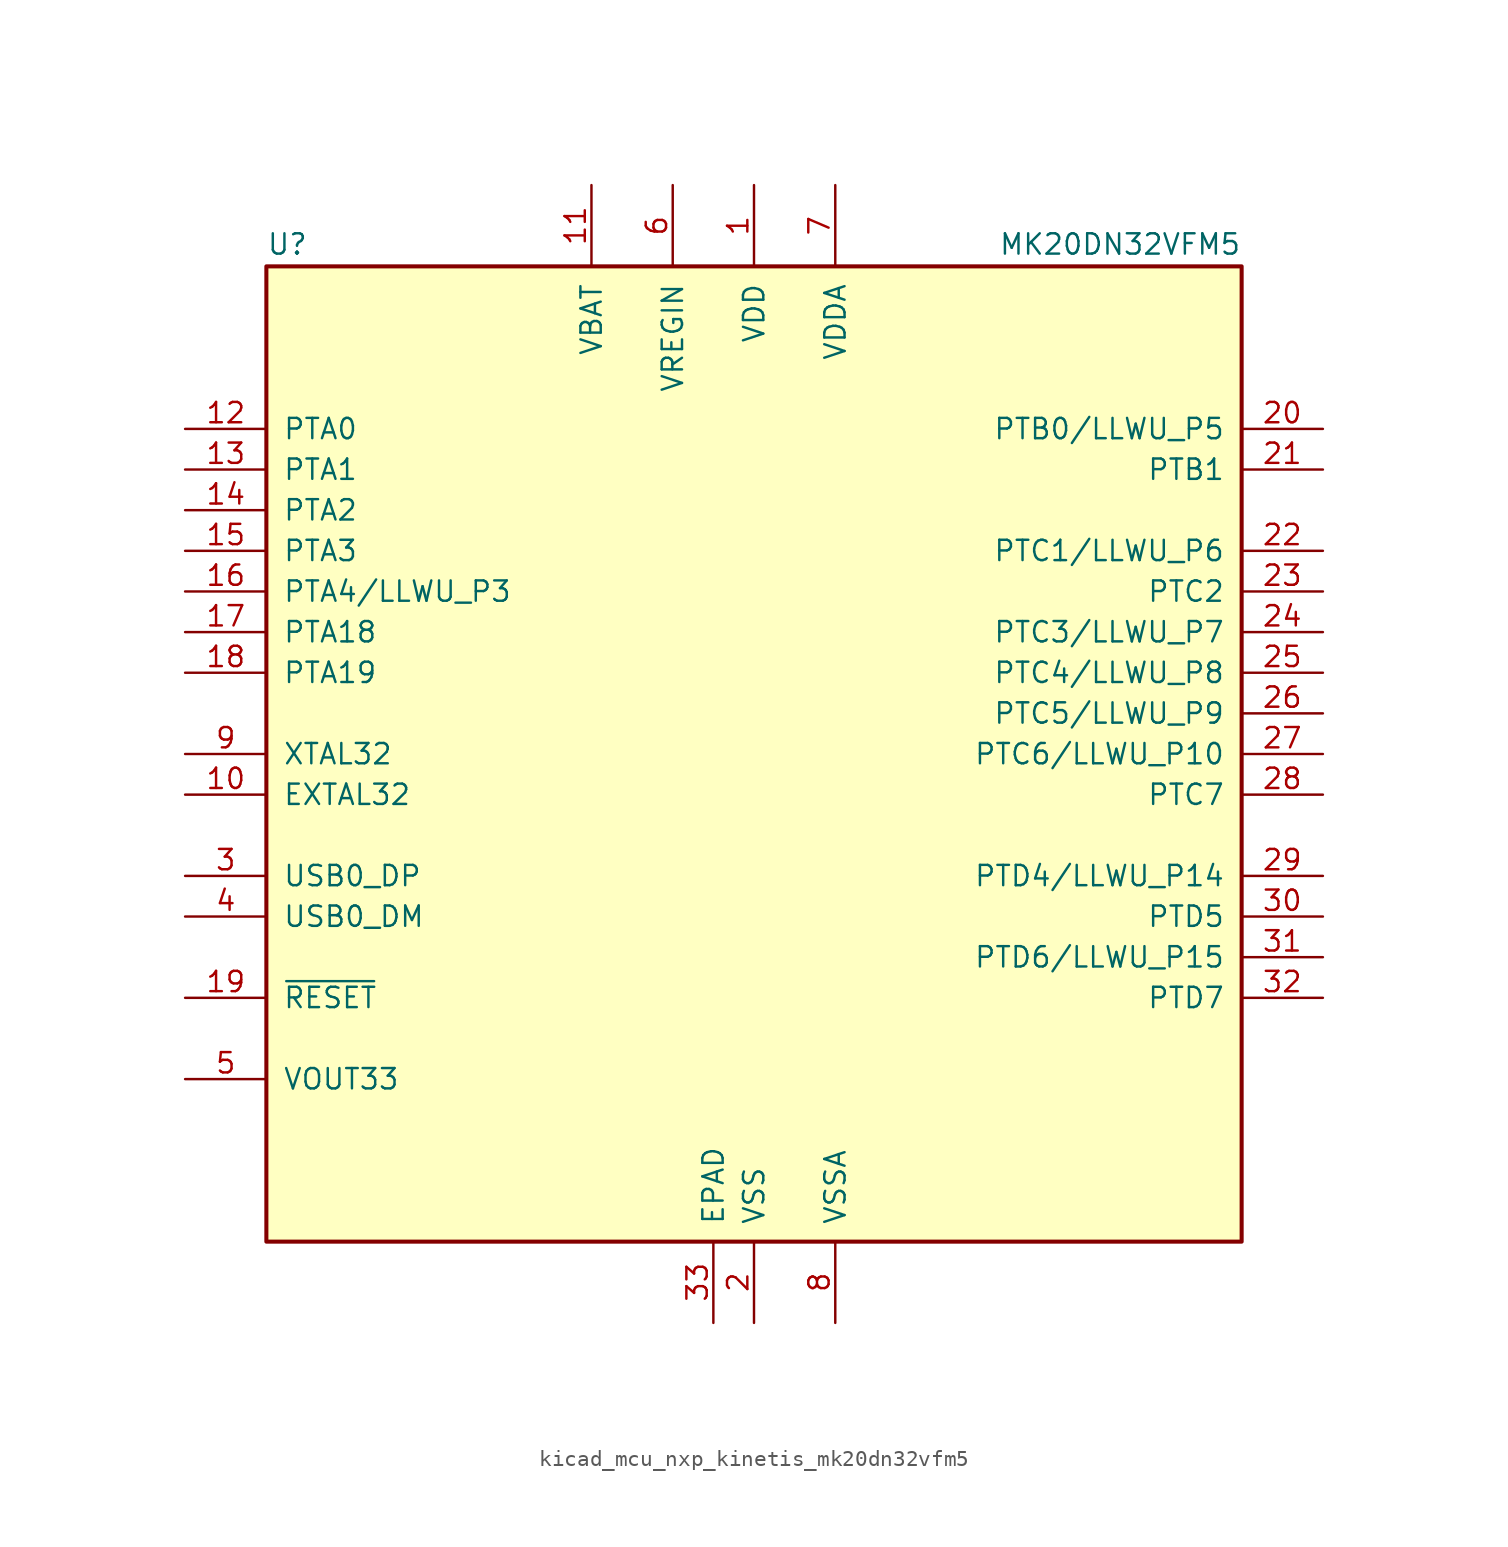
<source format=kicad_sym>
(kicad_symbol_lib
  (version 20220914)
  (generator kicad_symbol_editor)
  (symbol "kicad_mcu_nxp_kinetis_mk20dn32vfm5"
    (pin_names
      (offset 1.016))
    (property "Reference" "U"
      (at -30.48 31.115 0)
      (effects (font (size 1.27 1.27)) (justify left bottom)))
    (property "Value" "MK20DN32VFM5"
      (at 30.48 31.115 0)
      (effects (font (size 1.27 1.27)) (justify right bottom)))
    (symbol "kicad_mcu_nxp_kinetis_mk20dn32vfm5_0_1"
      (rectangle (start -30.48 30.48) (end 30.48 -30.48) (stroke (width 0.254) (type default)) (fill (type background)))
      (pin power_in line (at 0 35.56 270) (length 5.08) (name "VDD" (effects (font (size 1.27 1.27)))) (number "1" (effects (font (size 1.27 1.27)))))
      (pin input line (at -35.56 -2.54 0) (length 5.08) (name "EXTAL32" (effects (font (size 1.27 1.27)))) (number "10" (effects (font (size 1.27 1.27)))))
      (pin power_in line (at -10.16 35.56 270) (length 5.08) (name "VBAT" (effects (font (size 1.27 1.27)))) (number "11" (effects (font (size 1.27 1.27)))))
      (pin bidirectional line (at -35.56 20.32 0) (length 5.08) (name "PTA0" (effects (font (size 1.27 1.27)))) (number "12" (effects (font (size 1.27 1.27)))))
      (pin bidirectional line (at -35.56 17.78 0) (length 5.08) (name "PTA1" (effects (font (size 1.27 1.27)))) (number "13" (effects (font (size 1.27 1.27)))))
      (pin bidirectional line (at -35.56 15.24 0) (length 5.08) (name "PTA2" (effects (font (size 1.27 1.27)))) (number "14" (effects (font (size 1.27 1.27)))))
      (pin bidirectional line (at -35.56 12.7 0) (length 5.08) (name "PTA3" (effects (font (size 1.27 1.27)))) (number "15" (effects (font (size 1.27 1.27)))))
      (pin bidirectional line (at -35.56 10.16 0) (length 5.08) (name "PTA4/LLWU_P3" (effects (font (size 1.27 1.27)))) (number "16" (effects (font (size 1.27 1.27)))))
      (pin bidirectional line (at -35.56 7.62 0) (length 5.08) (name "PTA18" (effects (font (size 1.27 1.27)))) (number "17" (effects (font (size 1.27 1.27)))))
      (pin bidirectional line (at -35.56 5.08 0) (length 5.08) (name "PTA19" (effects (font (size 1.27 1.27)))) (number "18" (effects (font (size 1.27 1.27)))))
      (pin input line (at -35.56 -15.24 0) (length 5.08) (name "~{RESET}" (effects (font (size 1.27 1.27)))) (number "19" (effects (font (size 1.27 1.27)))))
      (pin power_in line (at 0 -35.56 90) (length 5.08) (name "VSS" (effects (font (size 1.27 1.27)))) (number "2" (effects (font (size 1.27 1.27)))))
      (pin bidirectional line (at 35.56 20.32 180) (length 5.08) (name "PTB0/LLWU_P5" (effects (font (size 1.27 1.27)))) (number "20" (effects (font (size 1.27 1.27)))))
      (pin bidirectional line (at 35.56 17.78 180) (length 5.08) (name "PTB1" (effects (font (size 1.27 1.27)))) (number "21" (effects (font (size 1.27 1.27)))))
      (pin bidirectional line (at 35.56 12.7 180) (length 5.08) (name "PTC1/LLWU_P6" (effects (font (size 1.27 1.27)))) (number "22" (effects (font (size 1.27 1.27)))))
      (pin bidirectional line (at 35.56 10.16 180) (length 5.08) (name "PTC2" (effects (font (size 1.27 1.27)))) (number "23" (effects (font (size 1.27 1.27)))))
      (pin bidirectional line (at 35.56 7.62 180) (length 5.08) (name "PTC3/LLWU_P7" (effects (font (size 1.27 1.27)))) (number "24" (effects (font (size 1.27 1.27)))))
      (pin bidirectional line (at 35.56 5.08 180) (length 5.08) (name "PTC4/LLWU_P8" (effects (font (size 1.27 1.27)))) (number "25" (effects (font (size 1.27 1.27)))))
      (pin bidirectional line (at 35.56 2.54 180) (length 5.08) (name "PTC5/LLWU_P9" (effects (font (size 1.27 1.27)))) (number "26" (effects (font (size 1.27 1.27)))))
      (pin bidirectional line (at 35.56 0 180) (length 5.08) (name "PTC6/LLWU_P10" (effects (font (size 1.27 1.27)))) (number "27" (effects (font (size 1.27 1.27)))))
      (pin bidirectional line (at 35.56 -2.54 180) (length 5.08) (name "PTC7" (effects (font (size 1.27 1.27)))) (number "28" (effects (font (size 1.27 1.27)))))
      (pin bidirectional line (at 35.56 -7.62 180) (length 5.08) (name "PTD4/LLWU_P14" (effects (font (size 1.27 1.27)))) (number "29" (effects (font (size 1.27 1.27)))))
      (pin bidirectional line (at -35.56 -7.62 0) (length 5.08) (name "USB0_DP" (effects (font (size 1.27 1.27)))) (number "3" (effects (font (size 1.27 1.27)))))
      (pin bidirectional line (at 35.56 -10.16 180) (length 5.08) (name "PTD5" (effects (font (size 1.27 1.27)))) (number "30" (effects (font (size 1.27 1.27)))))
      (pin bidirectional line (at 35.56 -12.7 180) (length 5.08) (name "PTD6/LLWU_P15" (effects (font (size 1.27 1.27)))) (number "31" (effects (font (size 1.27 1.27)))))
      (pin bidirectional line (at 35.56 -15.24 180) (length 5.08) (name "PTD7" (effects (font (size 1.27 1.27)))) (number "32" (effects (font (size 1.27 1.27)))))
      (pin power_out line (at -35.56 -20.32 0) (length 5.08) (name "VOUT33" (effects (font (size 1.27 1.27)))) (number "5" (effects (font (size 1.27 1.27)))))
      (pin power_in line (at -5.08 35.56 270) (length 5.08) (name "VREGIN" (effects (font (size 1.27 1.27)))) (number "6" (effects (font (size 1.27 1.27)))))
      (pin power_in line (at 5.08 35.56 270) (length 5.08) (name "VDDA" (effects (font (size 1.27 1.27)))) (number "7" (effects (font (size 1.27 1.27)))))
      (pin power_in line (at 5.08 -35.56 90) (length 5.08) (name "VSSA" (effects (font (size 1.27 1.27)))) (number "8" (effects (font (size 1.27 1.27)))))
      (pin input line (at -35.56 0 0) (length 5.08) (name "XTAL32" (effects (font (size 1.27 1.27)))) (number "9" (effects (font (size 1.27 1.27))))))
    (symbol "kicad_mcu_nxp_kinetis_mk20dn32vfm5_1_1"
      (pin power_in line (at -2.54 -35.56 90) (length 5.08) (name "EPAD" (effects (font (size 1.27 1.27)))) (number "33" (effects (font (size 1.27 1.27)))))
      (pin bidirectional line (at -35.56 -10.16 0) (length 5.08) (name "USB0_DM" (effects (font (size 1.27 1.27)))) (number "4" (effects (font (size 1.27 1.27))))))))
</source>
